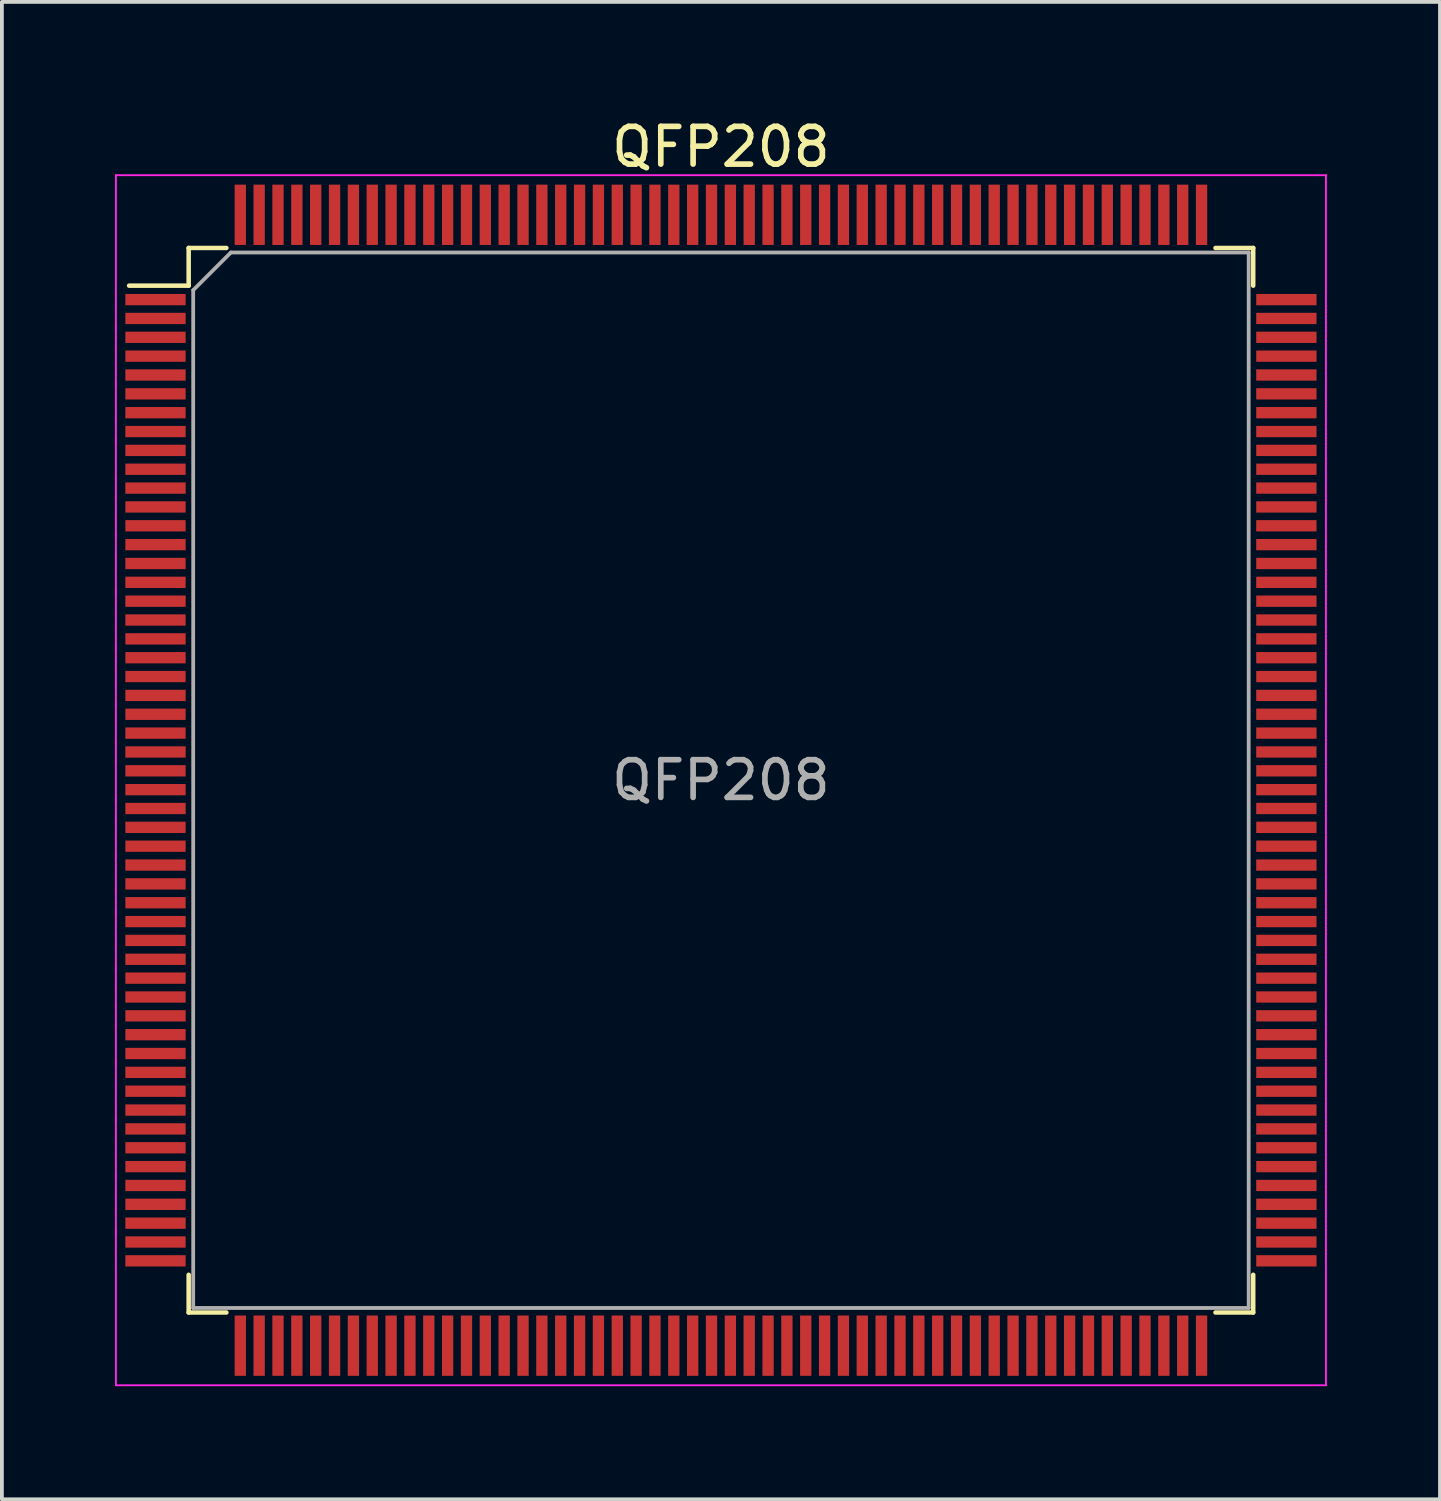
<source format=kicad_pcb>
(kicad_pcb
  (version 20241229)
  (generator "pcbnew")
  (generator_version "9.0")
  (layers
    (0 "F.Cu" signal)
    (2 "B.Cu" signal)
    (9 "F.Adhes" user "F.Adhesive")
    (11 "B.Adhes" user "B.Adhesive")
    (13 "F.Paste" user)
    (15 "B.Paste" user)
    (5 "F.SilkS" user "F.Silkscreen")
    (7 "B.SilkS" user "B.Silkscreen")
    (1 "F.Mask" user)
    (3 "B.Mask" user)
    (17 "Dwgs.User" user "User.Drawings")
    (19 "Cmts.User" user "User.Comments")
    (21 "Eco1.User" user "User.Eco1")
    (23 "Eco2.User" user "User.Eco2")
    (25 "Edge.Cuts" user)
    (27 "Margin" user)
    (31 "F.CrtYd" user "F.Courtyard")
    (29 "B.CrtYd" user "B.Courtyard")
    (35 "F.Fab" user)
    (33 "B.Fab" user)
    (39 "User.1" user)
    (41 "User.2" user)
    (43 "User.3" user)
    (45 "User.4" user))
  (footprint "QFP208"
    (layer "F.Cu")
    (at 16.075 17.648)
    (property "Reference" "QFP208" (at 0 -16.8 0) (layer "F.SilkS") (effects (font (size 1 1) (thickness 0.15))))
    (attr smd)
    (fp_line (start -15.7 -13.12) (end -14.12 -13.12) (stroke (width 0.12) (type solid)) (layer "F.SilkS"))
    (fp_line (start -14.12 -14.12) (end -14.12 -13.12) (stroke (width 0.12) (type solid)) (layer "F.SilkS"))
    (fp_line (start -14.12 14.12) (end -14.12 13.12) (stroke (width 0.12) (type solid)) (layer "F.SilkS"))
    (fp_line (start -13.12 -14.12) (end -14.12 -14.12) (stroke (width 0.12) (type solid)) (layer "F.SilkS"))
    (fp_line (start -13.12 14.12) (end -14.12 14.12) (stroke (width 0.12) (type solid)) (layer "F.SilkS"))
    (fp_line (start 13.12 -14.12) (end 14.12 -14.12) (stroke (width 0.12) (type solid)) (layer "F.SilkS"))
    (fp_line (start 13.12 14.12) (end 14.12 14.12) (stroke (width 0.12) (type solid)) (layer "F.SilkS"))
    (fp_line (start 14.12 -14.12) (end 14.12 -13.12) (stroke (width 0.12) (type solid)) (layer "F.SilkS"))
    (fp_line (start 14.12 14.12) (end 14.12 13.12) (stroke (width 0.12) (type solid)) (layer "F.SilkS"))
    (fp_line (start -16.05 -16.05) (end 16.05 -16.05) (stroke (width 0.05) (type solid)) (layer "F.CrtYd"))
    (fp_line (start -16.05 16.05) (end -16.05 -16.05) (stroke (width 0.05) (type solid)) (layer "F.CrtYd"))
    (fp_line (start 16.05 -16.05) (end 16.05 16.05) (stroke (width 0.05) (type solid)) (layer "F.CrtYd"))
    (fp_line (start 16.05 16.05) (end -16.05 16.05) (stroke (width 0.05) (type solid)) (layer "F.CrtYd"))
    (fp_line (start -14 -13) (end -14 14) (stroke (width 0.1) (type solid)) (layer "F.Fab"))
    (fp_line (start -14 14) (end 14 14) (stroke (width 0.1) (type solid)) (layer "F.Fab"))
    (fp_line (start -13 -14) (end -14 -13) (stroke (width 0.1) (type solid)) (layer "F.Fab"))
    (fp_line (start 14 -14) (end -13 -14) (stroke (width 0.1) (type solid)) (layer "F.Fab"))
    (fp_line (start 14 14) (end 14 -14) (stroke (width 0.1) (type solid)) (layer "F.Fab"))
    (fp_text user "${REFERENCE}" (at 0 0 0) (layer "F.Fab") (effects (font (size 1 1) (thickness 0.15))))
    (pad "1" smd rect (at -15 -12.75) (size 1.6 0.3) (layers "F.Cu" "F.Mask" "F.Paste"))
    (pad "2" smd rect (at -15 -12.25) (size 1.6 0.3) (layers "F.Cu" "F.Mask" "F.Paste"))
    (pad "3" smd rect (at -15 -11.75) (size 1.6 0.3) (layers "F.Cu" "F.Mask" "F.Paste"))
    (pad "4" smd rect (at -15 -11.25) (size 1.6 0.3) (layers "F.Cu" "F.Mask" "F.Paste"))
    (pad "5" smd rect (at -15 -10.75) (size 1.6 0.3) (layers "F.Cu" "F.Mask" "F.Paste"))
    (pad "6" smd rect (at -15 -10.25) (size 1.6 0.3) (layers "F.Cu" "F.Mask" "F.Paste"))
    (pad "7" smd rect (at -15 -9.75) (size 1.6 0.3) (layers "F.Cu" "F.Mask" "F.Paste"))
    (pad "8" smd rect (at -15 -9.25) (size 1.6 0.3) (layers "F.Cu" "F.Mask" "F.Paste"))
    (pad "9" smd rect (at -15 -8.75) (size 1.6 0.3) (layers "F.Cu" "F.Mask" "F.Paste"))
    (pad "10" smd rect (at -15 -8.25) (size 1.6 0.3) (layers "F.Cu" "F.Mask" "F.Paste"))
    (pad "11" smd rect (at -15 -7.75) (size 1.6 0.3) (layers "F.Cu" "F.Mask" "F.Paste"))
    (pad "12" smd rect (at -15 -7.25) (size 1.6 0.3) (layers "F.Cu" "F.Mask" "F.Paste"))
    (pad "13" smd rect (at -15 -6.75) (size 1.6 0.3) (layers "F.Cu" "F.Mask" "F.Paste"))
    (pad "14" smd rect (at -15 -6.25) (size 1.6 0.3) (layers "F.Cu" "F.Mask" "F.Paste"))
    (pad "15" smd rect (at -15 -5.75) (size 1.6 0.3) (layers "F.Cu" "F.Mask" "F.Paste"))
    (pad "16" smd rect (at -15 -5.25) (size 1.6 0.3) (layers "F.Cu" "F.Mask" "F.Paste"))
    (pad "17" smd rect (at -15 -4.75) (size 1.6 0.3) (layers "F.Cu" "F.Mask" "F.Paste"))
    (pad "18" smd rect (at -15 -4.25) (size 1.6 0.3) (layers "F.Cu" "F.Mask" "F.Paste"))
    (pad "19" smd rect (at -15 -3.75) (size 1.6 0.3) (layers "F.Cu" "F.Mask" "F.Paste"))
    (pad "20" smd rect (at -15 -3.25) (size 1.6 0.3) (layers "F.Cu" "F.Mask" "F.Paste"))
    (pad "21" smd rect (at -15 -2.75) (size 1.6 0.3) (layers "F.Cu" "F.Mask" "F.Paste"))
    (pad "22" smd rect (at -15 -2.25) (size 1.6 0.3) (layers "F.Cu" "F.Mask" "F.Paste"))
    (pad "23" smd rect (at -15 -1.75) (size 1.6 0.3) (layers "F.Cu" "F.Mask" "F.Paste"))
    (pad "24" smd rect (at -15 -1.25) (size 1.6 0.3) (layers "F.Cu" "F.Mask" "F.Paste"))
    (pad "25" smd rect (at -15 -0.75) (size 1.6 0.3) (layers "F.Cu" "F.Mask" "F.Paste"))
    (pad "26" smd rect (at -15 -0.25) (size 1.6 0.3) (layers "F.Cu" "F.Mask" "F.Paste"))
    (pad "27" smd rect (at -15 0.25) (size 1.6 0.3) (layers "F.Cu" "F.Mask" "F.Paste"))
    (pad "28" smd rect (at -15 0.75) (size 1.6 0.3) (layers "F.Cu" "F.Mask" "F.Paste"))
    (pad "29" smd rect (at -15 1.25) (size 1.6 0.3) (layers "F.Cu" "F.Mask" "F.Paste"))
    (pad "30" smd rect (at -15 1.75) (size 1.6 0.3) (layers "F.Cu" "F.Mask" "F.Paste"))
    (pad "31" smd rect (at -15 2.25) (size 1.6 0.3) (layers "F.Cu" "F.Mask" "F.Paste"))
    (pad "32" smd rect (at -15 2.75) (size 1.6 0.3) (layers "F.Cu" "F.Mask" "F.Paste"))
    (pad "33" smd rect (at -15 3.25) (size 1.6 0.3) (layers "F.Cu" "F.Mask" "F.Paste"))
    (pad "34" smd rect (at -15 3.75) (size 1.6 0.3) (layers "F.Cu" "F.Mask" "F.Paste"))
    (pad "35" smd rect (at -15 4.25) (size 1.6 0.3) (layers "F.Cu" "F.Mask" "F.Paste"))
    (pad "36" smd rect (at -15 4.75) (size 1.6 0.3) (layers "F.Cu" "F.Mask" "F.Paste"))
    (pad "37" smd rect (at -15 5.25) (size 1.6 0.3) (layers "F.Cu" "F.Mask" "F.Paste"))
    (pad "38" smd rect (at -15 5.75) (size 1.6 0.3) (layers "F.Cu" "F.Mask" "F.Paste"))
    (pad "39" smd rect (at -15 6.25) (size 1.6 0.3) (layers "F.Cu" "F.Mask" "F.Paste"))
    (pad "40" smd rect (at -15 6.75) (size 1.6 0.3) (layers "F.Cu" "F.Mask" "F.Paste"))
    (pad "41" smd rect (at -15 7.25) (size 1.6 0.3) (layers "F.Cu" "F.Mask" "F.Paste"))
    (pad "42" smd rect (at -15 7.75) (size 1.6 0.3) (layers "F.Cu" "F.Mask" "F.Paste"))
    (pad "43" smd rect (at -15 8.25) (size 1.6 0.3) (layers "F.Cu" "F.Mask" "F.Paste"))
    (pad "44" smd rect (at -15 8.75) (size 1.6 0.3) (layers "F.Cu" "F.Mask" "F.Paste"))
    (pad "45" smd rect (at -15 9.25) (size 1.6 0.3) (layers "F.Cu" "F.Mask" "F.Paste"))
    (pad "46" smd rect (at -15 9.75) (size 1.6 0.3) (layers "F.Cu" "F.Mask" "F.Paste"))
    (pad "47" smd rect (at -15 10.25) (size 1.6 0.3) (layers "F.Cu" "F.Mask" "F.Paste"))
    (pad "48" smd rect (at -15 10.75) (size 1.6 0.3) (layers "F.Cu" "F.Mask" "F.Paste"))
    (pad "49" smd rect (at -15 11.25) (size 1.6 0.3) (layers "F.Cu" "F.Mask" "F.Paste"))
    (pad "50" smd rect (at -15 11.75) (size 1.6 0.3) (layers "F.Cu" "F.Mask" "F.Paste"))
    (pad "51" smd rect (at -15 12.25) (size 1.6 0.3) (layers "F.Cu" "F.Mask" "F.Paste"))
    (pad "52" smd rect (at -15 12.75) (size 1.6 0.3) (layers "F.Cu" "F.Mask" "F.Paste"))
    (pad "53" smd rect (at -12.75 15) (size 0.3 1.6) (layers "F.Cu" "F.Mask" "F.Paste"))
    (pad "54" smd rect (at -12.25 15) (size 0.3 1.6) (layers "F.Cu" "F.Mask" "F.Paste"))
    (pad "55" smd rect (at -11.75 15) (size 0.3 1.6) (layers "F.Cu" "F.Mask" "F.Paste"))
    (pad "56" smd rect (at -11.25 15) (size 0.3 1.6) (layers "F.Cu" "F.Mask" "F.Paste"))
    (pad "57" smd rect (at -10.75 15) (size 0.3 1.6) (layers "F.Cu" "F.Mask" "F.Paste"))
    (pad "58" smd rect (at -10.25 15) (size 0.3 1.6) (layers "F.Cu" "F.Mask" "F.Paste"))
    (pad "59" smd rect (at -9.75 15) (size 0.3 1.6) (layers "F.Cu" "F.Mask" "F.Paste"))
    (pad "60" smd rect (at -9.25 15) (size 0.3 1.6) (layers "F.Cu" "F.Mask" "F.Paste"))
    (pad "61" smd rect (at -8.75 15) (size 0.3 1.6) (layers "F.Cu" "F.Mask" "F.Paste"))
    (pad "62" smd rect (at -8.25 15) (size 0.3 1.6) (layers "F.Cu" "F.Mask" "F.Paste"))
    (pad "63" smd rect (at -7.75 15) (size 0.3 1.6) (layers "F.Cu" "F.Mask" "F.Paste"))
    (pad "64" smd rect (at -7.25 15) (size 0.3 1.6) (layers "F.Cu" "F.Mask" "F.Paste"))
    (pad "65" smd rect (at -6.75 15) (size 0.3 1.6) (layers "F.Cu" "F.Mask" "F.Paste"))
    (pad "66" smd rect (at -6.25 15) (size 0.3 1.6) (layers "F.Cu" "F.Mask" "F.Paste"))
    (pad "67" smd rect (at -5.75 15) (size 0.3 1.6) (layers "F.Cu" "F.Mask" "F.Paste"))
    (pad "68" smd rect (at -5.25 15) (size 0.3 1.6) (layers "F.Cu" "F.Mask" "F.Paste"))
    (pad "69" smd rect (at -4.75 15) (size 0.3 1.6) (layers "F.Cu" "F.Mask" "F.Paste"))
    (pad "70" smd rect (at -4.25 15) (size 0.3 1.6) (layers "F.Cu" "F.Mask" "F.Paste"))
    (pad "71" smd rect (at -3.75 15) (size 0.3 1.6) (layers "F.Cu" "F.Mask" "F.Paste"))
    (pad "72" smd rect (at -3.25 15) (size 0.3 1.6) (layers "F.Cu" "F.Mask" "F.Paste"))
    (pad "73" smd rect (at -2.75 15) (size 0.3 1.6) (layers "F.Cu" "F.Mask" "F.Paste"))
    (pad "74" smd rect (at -2.25 15) (size 0.3 1.6) (layers "F.Cu" "F.Mask" "F.Paste"))
    (pad "75" smd rect (at -1.75 15) (size 0.3 1.6) (layers "F.Cu" "F.Mask" "F.Paste"))
    (pad "76" smd rect (at -1.25 15) (size 0.3 1.6) (layers "F.Cu" "F.Mask" "F.Paste"))
    (pad "77" smd rect (at -0.75 15) (size 0.3 1.6) (layers "F.Cu" "F.Mask" "F.Paste"))
    (pad "78" smd rect (at -0.25 15) (size 0.3 1.6) (layers "F.Cu" "F.Mask" "F.Paste"))
    (pad "79" smd rect (at 0.25 15) (size 0.3 1.6) (layers "F.Cu" "F.Mask" "F.Paste"))
    (pad "80" smd rect (at 0.75 15) (size 0.3 1.6) (layers "F.Cu" "F.Mask" "F.Paste"))
    (pad "81" smd rect (at 1.25 15) (size 0.3 1.6) (layers "F.Cu" "F.Mask" "F.Paste"))
    (pad "82" smd rect (at 1.75 15) (size 0.3 1.6) (layers "F.Cu" "F.Mask" "F.Paste"))
    (pad "83" smd rect (at 2.25 15) (size 0.3 1.6) (layers "F.Cu" "F.Mask" "F.Paste"))
    (pad "84" smd rect (at 2.75 15) (size 0.3 1.6) (layers "F.Cu" "F.Mask" "F.Paste"))
    (pad "85" smd rect (at 3.25 15) (size 0.3 1.6) (layers "F.Cu" "F.Mask" "F.Paste"))
    (pad "86" smd rect (at 3.75 15) (size 0.3 1.6) (layers "F.Cu" "F.Mask" "F.Paste"))
    (pad "87" smd rect (at 4.25 15) (size 0.3 1.6) (layers "F.Cu" "F.Mask" "F.Paste"))
    (pad "88" smd rect (at 4.75 15) (size 0.3 1.6) (layers "F.Cu" "F.Mask" "F.Paste"))
    (pad "89" smd rect (at 5.25 15) (size 0.3 1.6) (layers "F.Cu" "F.Mask" "F.Paste"))
    (pad "90" smd rect (at 5.75 15) (size 0.3 1.6) (layers "F.Cu" "F.Mask" "F.Paste"))
    (pad "91" smd rect (at 6.25 15) (size 0.3 1.6) (layers "F.Cu" "F.Mask" "F.Paste"))
    (pad "92" smd rect (at 6.75 15) (size 0.3 1.6) (layers "F.Cu" "F.Mask" "F.Paste"))
    (pad "93" smd rect (at 7.25 15) (size 0.3 1.6) (layers "F.Cu" "F.Mask" "F.Paste"))
    (pad "94" smd rect (at 7.75 15) (size 0.3 1.6) (layers "F.Cu" "F.Mask" "F.Paste"))
    (pad "95" smd rect (at 8.25 15) (size 0.3 1.6) (layers "F.Cu" "F.Mask" "F.Paste"))
    (pad "96" smd rect (at 8.75 15) (size 0.3 1.6) (layers "F.Cu" "F.Mask" "F.Paste"))
    (pad "97" smd rect (at 9.25 15) (size 0.3 1.6) (layers "F.Cu" "F.Mask" "F.Paste"))
    (pad "98" smd rect (at 9.75 15) (size 0.3 1.6) (layers "F.Cu" "F.Mask" "F.Paste"))
    (pad "99" smd rect (at 10.25 15) (size 0.3 1.6) (layers "F.Cu" "F.Mask" "F.Paste"))
    (pad "100" smd rect (at 10.75 15) (size 0.3 1.6) (layers "F.Cu" "F.Mask" "F.Paste"))
    (pad "101" smd rect (at 11.25 15) (size 0.3 1.6) (layers "F.Cu" "F.Mask" "F.Paste"))
    (pad "102" smd rect (at 11.75 15) (size 0.3 1.6) (layers "F.Cu" "F.Mask" "F.Paste"))
    (pad "103" smd rect (at 12.25 15) (size 0.3 1.6) (layers "F.Cu" "F.Mask" "F.Paste"))
    (pad "104" smd rect (at 12.75 15) (size 0.3 1.6) (layers "F.Cu" "F.Mask" "F.Paste"))
    (pad "105" smd rect (at 15 12.75) (size 1.6 0.3) (layers "F.Cu" "F.Mask" "F.Paste"))
    (pad "106" smd rect (at 15 12.25) (size 1.6 0.3) (layers "F.Cu" "F.Mask" "F.Paste"))
    (pad "107" smd rect (at 15 11.75) (size 1.6 0.3) (layers "F.Cu" "F.Mask" "F.Paste"))
    (pad "108" smd rect (at 15 11.25) (size 1.6 0.3) (layers "F.Cu" "F.Mask" "F.Paste"))
    (pad "109" smd rect (at 15 10.75) (size 1.6 0.3) (layers "F.Cu" "F.Mask" "F.Paste"))
    (pad "110" smd rect (at 15 10.25) (size 1.6 0.3) (layers "F.Cu" "F.Mask" "F.Paste"))
    (pad "111" smd rect (at 15 9.75) (size 1.6 0.3) (layers "F.Cu" "F.Mask" "F.Paste"))
    (pad "112" smd rect (at 15 9.25) (size 1.6 0.3) (layers "F.Cu" "F.Mask" "F.Paste"))
    (pad "113" smd rect (at 15 8.75) (size 1.6 0.3) (layers "F.Cu" "F.Mask" "F.Paste"))
    (pad "114" smd rect (at 15 8.25) (size 1.6 0.3) (layers "F.Cu" "F.Mask" "F.Paste"))
    (pad "115" smd rect (at 15 7.75) (size 1.6 0.3) (layers "F.Cu" "F.Mask" "F.Paste"))
    (pad "116" smd rect (at 15 7.25) (size 1.6 0.3) (layers "F.Cu" "F.Mask" "F.Paste"))
    (pad "117" smd rect (at 15 6.75) (size 1.6 0.3) (layers "F.Cu" "F.Mask" "F.Paste"))
    (pad "118" smd rect (at 15 6.25) (size 1.6 0.3) (layers "F.Cu" "F.Mask" "F.Paste"))
    (pad "119" smd rect (at 15 5.75) (size 1.6 0.3) (layers "F.Cu" "F.Mask" "F.Paste"))
    (pad "120" smd rect (at 15 5.25) (size 1.6 0.3) (layers "F.Cu" "F.Mask" "F.Paste"))
    (pad "121" smd rect (at 15 4.75) (size 1.6 0.3) (layers "F.Cu" "F.Mask" "F.Paste"))
    (pad "122" smd rect (at 15 4.25) (size 1.6 0.3) (layers "F.Cu" "F.Mask" "F.Paste"))
    (pad "123" smd rect (at 15 3.75) (size 1.6 0.3) (layers "F.Cu" "F.Mask" "F.Paste"))
    (pad "124" smd rect (at 15 3.25) (size 1.6 0.3) (layers "F.Cu" "F.Mask" "F.Paste"))
    (pad "125" smd rect (at 15 2.75) (size 1.6 0.3) (layers "F.Cu" "F.Mask" "F.Paste"))
    (pad "126" smd rect (at 15 2.25) (size 1.6 0.3) (layers "F.Cu" "F.Mask" "F.Paste"))
    (pad "127" smd rect (at 15 1.75) (size 1.6 0.3) (layers "F.Cu" "F.Mask" "F.Paste"))
    (pad "128" smd rect (at 15 1.25) (size 1.6 0.3) (layers "F.Cu" "F.Mask" "F.Paste"))
    (pad "129" smd rect (at 15 0.75) (size 1.6 0.3) (layers "F.Cu" "F.Mask" "F.Paste"))
    (pad "130" smd rect (at 15 0.25) (size 1.6 0.3) (layers "F.Cu" "F.Mask" "F.Paste"))
    (pad "131" smd rect (at 15 -0.25) (size 1.6 0.3) (layers "F.Cu" "F.Mask" "F.Paste"))
    (pad "132" smd rect (at 15 -0.75) (size 1.6 0.3) (layers "F.Cu" "F.Mask" "F.Paste"))
    (pad "133" smd rect (at 15 -1.25) (size 1.6 0.3) (layers "F.Cu" "F.Mask" "F.Paste"))
    (pad "134" smd rect (at 15 -1.75) (size 1.6 0.3) (layers "F.Cu" "F.Mask" "F.Paste"))
    (pad "135" smd rect (at 15 -2.25) (size 1.6 0.3) (layers "F.Cu" "F.Mask" "F.Paste"))
    (pad "136" smd rect (at 15 -2.75) (size 1.6 0.3) (layers "F.Cu" "F.Mask" "F.Paste"))
    (pad "137" smd rect (at 15 -3.25) (size 1.6 0.3) (layers "F.Cu" "F.Mask" "F.Paste"))
    (pad "138" smd rect (at 15 -3.75) (size 1.6 0.3) (layers "F.Cu" "F.Mask" "F.Paste"))
    (pad "139" smd rect (at 15 -4.25) (size 1.6 0.3) (layers "F.Cu" "F.Mask" "F.Paste"))
    (pad "140" smd rect (at 15 -4.75) (size 1.6 0.3) (layers "F.Cu" "F.Mask" "F.Paste"))
    (pad "141" smd rect (at 15 -5.25) (size 1.6 0.3) (layers "F.Cu" "F.Mask" "F.Paste"))
    (pad "142" smd rect (at 15 -5.75) (size 1.6 0.3) (layers "F.Cu" "F.Mask" "F.Paste"))
    (pad "143" smd rect (at 15 -6.25) (size 1.6 0.3) (layers "F.Cu" "F.Mask" "F.Paste"))
    (pad "144" smd rect (at 15 -6.75) (size 1.6 0.3) (layers "F.Cu" "F.Mask" "F.Paste"))
    (pad "145" smd rect (at 15 -7.25) (size 1.6 0.3) (layers "F.Cu" "F.Mask" "F.Paste"))
    (pad "146" smd rect (at 15 -7.75) (size 1.6 0.3) (layers "F.Cu" "F.Mask" "F.Paste"))
    (pad "147" smd rect (at 15 -8.25) (size 1.6 0.3) (layers "F.Cu" "F.Mask" "F.Paste"))
    (pad "148" smd rect (at 15 -8.75) (size 1.6 0.3) (layers "F.Cu" "F.Mask" "F.Paste"))
    (pad "149" smd rect (at 15 -9.25) (size 1.6 0.3) (layers "F.Cu" "F.Mask" "F.Paste"))
    (pad "150" smd rect (at 15 -9.75) (size 1.6 0.3) (layers "F.Cu" "F.Mask" "F.Paste"))
    (pad "151" smd rect (at 15 -10.25) (size 1.6 0.3) (layers "F.Cu" "F.Mask" "F.Paste"))
    (pad "152" smd rect (at 15 -10.75) (size 1.6 0.3) (layers "F.Cu" "F.Mask" "F.Paste"))
    (pad "153" smd rect (at 15 -11.25) (size 1.6 0.3) (layers "F.Cu" "F.Mask" "F.Paste"))
    (pad "154" smd rect (at 15 -11.75) (size 1.6 0.3) (layers "F.Cu" "F.Mask" "F.Paste"))
    (pad "155" smd rect (at 15 -12.25) (size 1.6 0.3) (layers "F.Cu" "F.Mask" "F.Paste"))
    (pad "156" smd rect (at 15 -12.75) (size 1.6 0.3) (layers "F.Cu" "F.Mask" "F.Paste"))
    (pad "157" smd rect (at 12.75 -15) (size 0.3 1.6) (layers "F.Cu" "F.Mask" "F.Paste"))
    (pad "158" smd rect (at 12.25 -15) (size 0.3 1.6) (layers "F.Cu" "F.Mask" "F.Paste"))
    (pad "159" smd rect (at 11.75 -15) (size 0.3 1.6) (layers "F.Cu" "F.Mask" "F.Paste"))
    (pad "160" smd rect (at 11.25 -15) (size 0.3 1.6) (layers "F.Cu" "F.Mask" "F.Paste"))
    (pad "161" smd rect (at 10.75 -15) (size 0.3 1.6) (layers "F.Cu" "F.Mask" "F.Paste"))
    (pad "162" smd rect (at 10.25 -15) (size 0.3 1.6) (layers "F.Cu" "F.Mask" "F.Paste"))
    (pad "163" smd rect (at 9.75 -15) (size 0.3 1.6) (layers "F.Cu" "F.Mask" "F.Paste"))
    (pad "164" smd rect (at 9.25 -15) (size 0.3 1.6) (layers "F.Cu" "F.Mask" "F.Paste"))
    (pad "165" smd rect (at 8.75 -15) (size 0.3 1.6) (layers "F.Cu" "F.Mask" "F.Paste"))
    (pad "166" smd rect (at 8.25 -15) (size 0.3 1.6) (layers "F.Cu" "F.Mask" "F.Paste"))
    (pad "167" smd rect (at 7.75 -15) (size 0.3 1.6) (layers "F.Cu" "F.Mask" "F.Paste"))
    (pad "168" smd rect (at 7.25 -15) (size 0.3 1.6) (layers "F.Cu" "F.Mask" "F.Paste"))
    (pad "169" smd rect (at 6.75 -15) (size 0.3 1.6) (layers "F.Cu" "F.Mask" "F.Paste"))
    (pad "170" smd rect (at 6.25 -15) (size 0.3 1.6) (layers "F.Cu" "F.Mask" "F.Paste"))
    (pad "171" smd rect (at 5.75 -15) (size 0.3 1.6) (layers "F.Cu" "F.Mask" "F.Paste"))
    (pad "172" smd rect (at 5.25 -15) (size 0.3 1.6) (layers "F.Cu" "F.Mask" "F.Paste"))
    (pad "173" smd rect (at 4.75 -15) (size 0.3 1.6) (layers "F.Cu" "F.Mask" "F.Paste"))
    (pad "174" smd rect (at 4.25 -15) (size 0.3 1.6) (layers "F.Cu" "F.Mask" "F.Paste"))
    (pad "175" smd rect (at 3.75 -15) (size 0.3 1.6) (layers "F.Cu" "F.Mask" "F.Paste"))
    (pad "176" smd rect (at 3.25 -15) (size 0.3 1.6) (layers "F.Cu" "F.Mask" "F.Paste"))
    (pad "177" smd rect (at 2.75 -15) (size 0.3 1.6) (layers "F.Cu" "F.Mask" "F.Paste"))
    (pad "178" smd rect (at 2.25 -15) (size 0.3 1.6) (layers "F.Cu" "F.Mask" "F.Paste"))
    (pad "179" smd rect (at 1.75 -15) (size 0.3 1.6) (layers "F.Cu" "F.Mask" "F.Paste"))
    (pad "180" smd rect (at 1.25 -15) (size 0.3 1.6) (layers "F.Cu" "F.Mask" "F.Paste"))
    (pad "181" smd rect (at 0.75 -15) (size 0.3 1.6) (layers "F.Cu" "F.Mask" "F.Paste"))
    (pad "182" smd rect (at 0.25 -15) (size 0.3 1.6) (layers "F.Cu" "F.Mask" "F.Paste"))
    (pad "183" smd rect (at -0.25 -15) (size 0.3 1.6) (layers "F.Cu" "F.Mask" "F.Paste"))
    (pad "184" smd rect (at -0.75 -15) (size 0.3 1.6) (layers "F.Cu" "F.Mask" "F.Paste"))
    (pad "185" smd rect (at -1.25 -15) (size 0.3 1.6) (layers "F.Cu" "F.Mask" "F.Paste"))
    (pad "186" smd rect (at -1.75 -15) (size 0.3 1.6) (layers "F.Cu" "F.Mask" "F.Paste"))
    (pad "187" smd rect (at -2.25 -15) (size 0.3 1.6) (layers "F.Cu" "F.Mask" "F.Paste"))
    (pad "188" smd rect (at -2.75 -15) (size 0.3 1.6) (layers "F.Cu" "F.Mask" "F.Paste"))
    (pad "189" smd rect (at -3.25 -15) (size 0.3 1.6) (layers "F.Cu" "F.Mask" "F.Paste"))
    (pad "190" smd rect (at -3.75 -15) (size 0.3 1.6) (layers "F.Cu" "F.Mask" "F.Paste"))
    (pad "191" smd rect (at -4.25 -15) (size 0.3 1.6) (layers "F.Cu" "F.Mask" "F.Paste"))
    (pad "192" smd rect (at -4.75 -15) (size 0.3 1.6) (layers "F.Cu" "F.Mask" "F.Paste"))
    (pad "193" smd rect (at -5.25 -15) (size 0.3 1.6) (layers "F.Cu" "F.Mask" "F.Paste"))
    (pad "194" smd rect (at -5.75 -15) (size 0.3 1.6) (layers "F.Cu" "F.Mask" "F.Paste"))
    (pad "195" smd rect (at -6.25 -15) (size 0.3 1.6) (layers "F.Cu" "F.Mask" "F.Paste"))
    (pad "196" smd rect (at -6.75 -15) (size 0.3 1.6) (layers "F.Cu" "F.Mask" "F.Paste"))
    (pad "197" smd rect (at -7.25 -15) (size 0.3 1.6) (layers "F.Cu" "F.Mask" "F.Paste"))
    (pad "198" smd rect (at -7.75 -15) (size 0.3 1.6) (layers "F.Cu" "F.Mask" "F.Paste"))
    (pad "199" smd rect (at -8.25 -15) (size 0.3 1.6) (layers "F.Cu" "F.Mask" "F.Paste"))
    (pad "200" smd rect (at -8.75 -15) (size 0.3 1.6) (layers "F.Cu" "F.Mask" "F.Paste"))
    (pad "201" smd rect (at -9.25 -15) (size 0.3 1.6) (layers "F.Cu" "F.Mask" "F.Paste"))
    (pad "202" smd rect (at -9.75 -15) (size 0.3 1.6) (layers "F.Cu" "F.Mask" "F.Paste"))
    (pad "203" smd rect (at -10.25 -15) (size 0.3 1.6) (layers "F.Cu" "F.Mask" "F.Paste"))
    (pad "204" smd rect (at -10.75 -15) (size 0.3 1.6) (layers "F.Cu" "F.Mask" "F.Paste"))
    (pad "205" smd rect (at -11.25 -15) (size 0.3 1.6) (layers "F.Cu" "F.Mask" "F.Paste"))
    (pad "206" smd rect (at -11.75 -15) (size 0.3 1.6) (layers "F.Cu" "F.Mask" "F.Paste"))
    (pad "207" smd rect (at -12.25 -15) (size 0.3 1.6) (layers "F.Cu" "F.Mask" "F.Paste"))
    (pad "208" smd rect (at -12.75 -15) (size 0.3 1.6) (layers "F.Cu" "F.Mask" "F.Paste")))
  (gr_rect
    (start -3 -3)
    (end 35.15 36.723)
    (stroke (width 0.1) (type default))
    (fill no)
    (layer "Edge.Cuts")))
</source>
